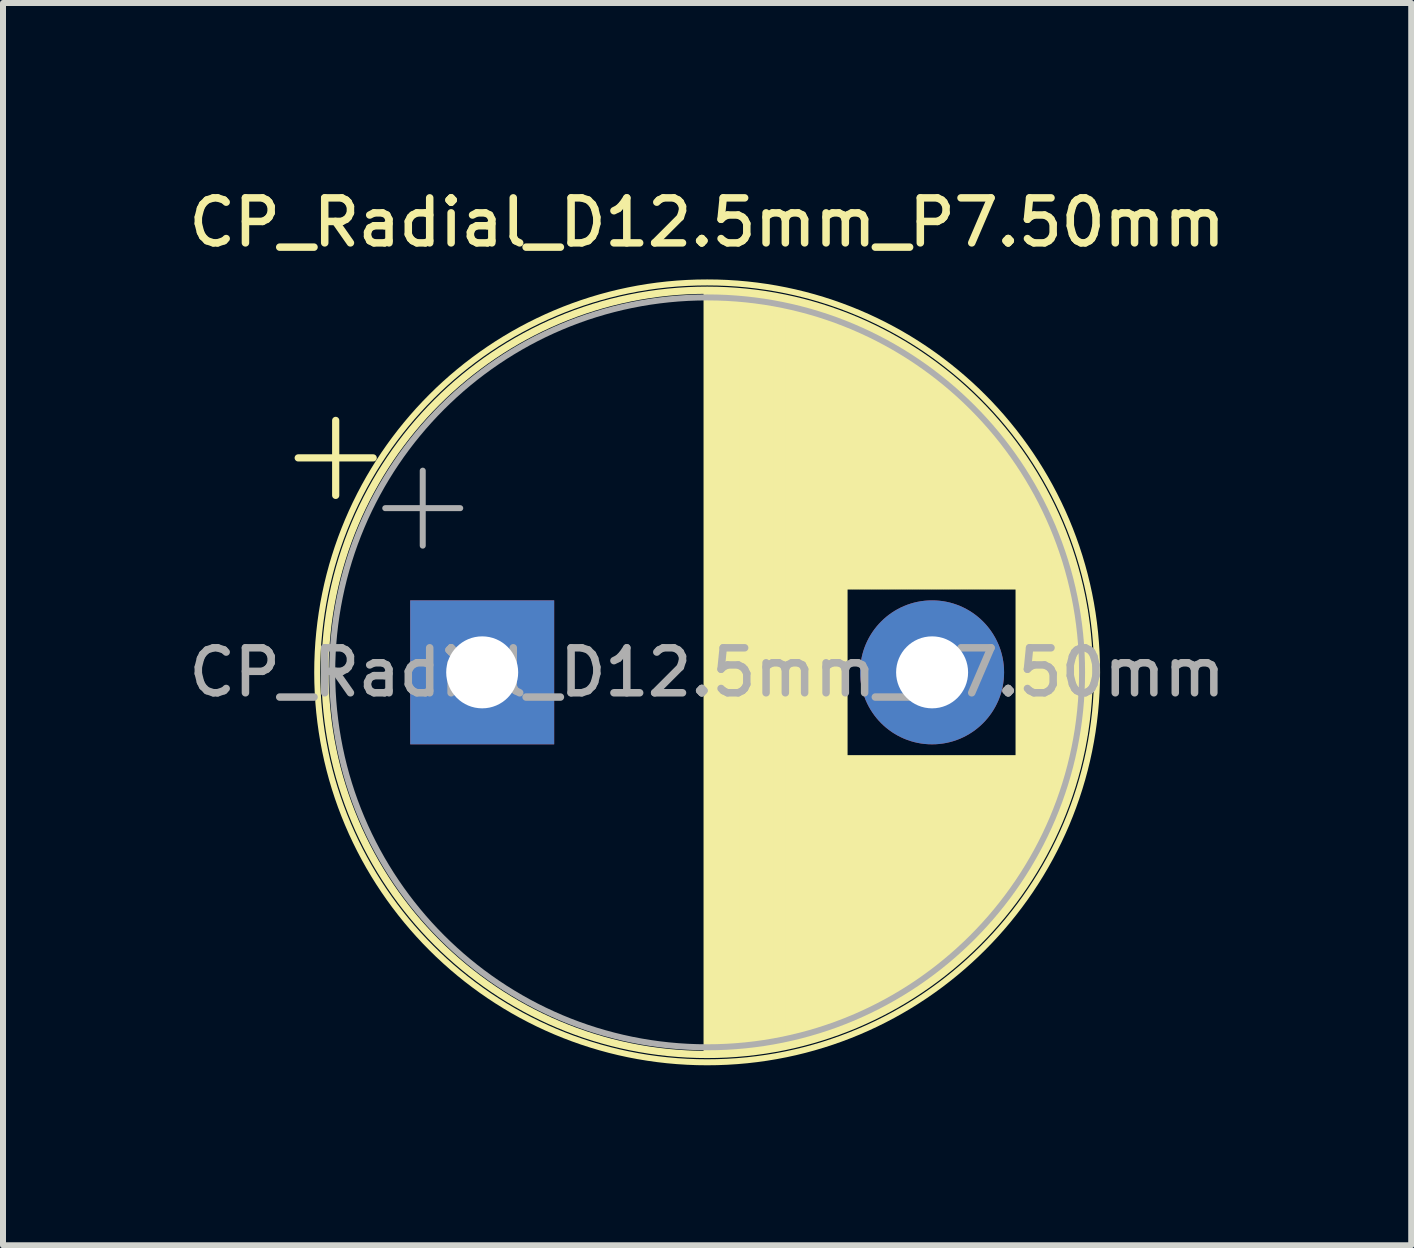
<source format=kicad_pcb>
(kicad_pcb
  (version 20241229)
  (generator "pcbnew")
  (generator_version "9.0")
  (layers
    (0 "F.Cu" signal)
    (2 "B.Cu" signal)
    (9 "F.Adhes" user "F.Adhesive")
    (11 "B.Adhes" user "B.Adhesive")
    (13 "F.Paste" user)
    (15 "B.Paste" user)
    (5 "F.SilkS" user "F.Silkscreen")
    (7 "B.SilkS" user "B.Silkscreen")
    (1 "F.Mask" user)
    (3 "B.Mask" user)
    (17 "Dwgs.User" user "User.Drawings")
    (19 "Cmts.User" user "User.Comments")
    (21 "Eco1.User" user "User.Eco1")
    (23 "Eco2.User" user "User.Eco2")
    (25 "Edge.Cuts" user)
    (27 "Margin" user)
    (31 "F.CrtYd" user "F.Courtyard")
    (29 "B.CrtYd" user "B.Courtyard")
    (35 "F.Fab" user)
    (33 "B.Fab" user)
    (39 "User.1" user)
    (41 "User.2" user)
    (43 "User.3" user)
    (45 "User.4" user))
  (footprint "CP_Radial_D12.5mm_P7.50mm"
    (layer "F.Cu")
    (at 4.988 8.158)
    (property "Reference" "CP_Radial_D12.5mm_P7.50mm" (at 3.75 -7.5 0) (layer "F.SilkS") (effects (font (size 0.75 0.75) (thickness 0.125))))
    (attr through_hole)
    (fp_line (start -3.067 -3.575) (end -1.817 -3.575) (stroke (width 0.12) (type solid)) (layer "F.SilkS"))
    (fp_line (start -2.442 -4.2) (end -2.442 -2.95) (stroke (width 0.12) (type solid)) (layer "F.SilkS"))
    (fp_line (start 3.75 -6.33) (end 3.75 6.33) (stroke (width 0.12) (type solid)) (layer "F.SilkS"))
    (fp_line (start 3.79 -6.33) (end 3.79 6.33) (stroke (width 0.12) (type solid)) (layer "F.SilkS"))
    (fp_line (start 3.83 -6.33) (end 3.83 6.33) (stroke (width 0.12) (type solid)) (layer "F.SilkS"))
    (fp_line (start 3.87 -6.329) (end 3.87 6.329) (stroke (width 0.12) (type solid)) (layer "F.SilkS"))
    (fp_line (start 3.91 -6.328) (end 3.91 6.328) (stroke (width 0.12) (type solid)) (layer "F.SilkS"))
    (fp_line (start 3.95 -6.327) (end 3.95 6.327) (stroke (width 0.12) (type solid)) (layer "F.SilkS"))
    (fp_line (start 3.99 -6.326) (end 3.99 6.326) (stroke (width 0.12) (type solid)) (layer "F.SilkS"))
    (fp_line (start 4.03 -6.324) (end 4.03 6.324) (stroke (width 0.12) (type solid)) (layer "F.SilkS"))
    (fp_line (start 4.07 -6.322) (end 4.07 6.322) (stroke (width 0.12) (type solid)) (layer "F.SilkS"))
    (fp_line (start 4.11 -6.32) (end 4.11 6.32) (stroke (width 0.12) (type solid)) (layer "F.SilkS"))
    (fp_line (start 4.15 -6.318) (end 4.15 6.318) (stroke (width 0.12) (type solid)) (layer "F.SilkS"))
    (fp_line (start 4.19 -6.315) (end 4.19 6.315) (stroke (width 0.12) (type solid)) (layer "F.SilkS"))
    (fp_line (start 4.23 -6.312) (end 4.23 6.312) (stroke (width 0.12) (type solid)) (layer "F.SilkS"))
    (fp_line (start 4.27 -6.309) (end 4.27 6.309) (stroke (width 0.12) (type solid)) (layer "F.SilkS"))
    (fp_line (start 4.31 -6.306) (end 4.31 6.306) (stroke (width 0.12) (type solid)) (layer "F.SilkS"))
    (fp_line (start 4.35 -6.302) (end 4.35 6.302) (stroke (width 0.12) (type solid)) (layer "F.SilkS"))
    (fp_line (start 4.39 -6.298) (end 4.39 6.298) (stroke (width 0.12) (type solid)) (layer "F.SilkS"))
    (fp_line (start 4.43 -6.294) (end 4.43 6.294) (stroke (width 0.12) (type solid)) (layer "F.SilkS"))
    (fp_line (start 4.471 -6.29) (end 4.471 6.29) (stroke (width 0.12) (type solid)) (layer "F.SilkS"))
    (fp_line (start 4.511 -6.285) (end 4.511 6.285) (stroke (width 0.12) (type solid)) (layer "F.SilkS"))
    (fp_line (start 4.551 -6.28) (end 4.551 6.28) (stroke (width 0.12) (type solid)) (layer "F.SilkS"))
    (fp_line (start 4.591 -6.275) (end 4.591 6.275) (stroke (width 0.12) (type solid)) (layer "F.SilkS"))
    (fp_line (start 4.631 -6.269) (end 4.631 6.269) (stroke (width 0.12) (type solid)) (layer "F.SilkS"))
    (fp_line (start 4.671 -6.264) (end 4.671 6.264) (stroke (width 0.12) (type solid)) (layer "F.SilkS"))
    (fp_line (start 4.711 -6.258) (end 4.711 6.258) (stroke (width 0.12) (type solid)) (layer "F.SilkS"))
    (fp_line (start 4.751 -6.252) (end 4.751 6.252) (stroke (width 0.12) (type solid)) (layer "F.SilkS"))
    (fp_line (start 4.791 -6.245) (end 4.791 6.245) (stroke (width 0.12) (type solid)) (layer "F.SilkS"))
    (fp_line (start 4.831 -6.238) (end 4.831 6.238) (stroke (width 0.12) (type solid)) (layer "F.SilkS"))
    (fp_line (start 4.871 -6.231) (end 4.871 6.231) (stroke (width 0.12) (type solid)) (layer "F.SilkS"))
    (fp_line (start 4.911 -6.224) (end 4.911 6.224) (stroke (width 0.12) (type solid)) (layer "F.SilkS"))
    (fp_line (start 4.951 -6.216) (end 4.951 6.216) (stroke (width 0.12) (type solid)) (layer "F.SilkS"))
    (fp_line (start 4.991 -6.209) (end 4.991 6.209) (stroke (width 0.12) (type solid)) (layer "F.SilkS"))
    (fp_line (start 5.031 -6.201) (end 5.031 6.201) (stroke (width 0.12) (type solid)) (layer "F.SilkS"))
    (fp_line (start 5.071 -6.192) (end 5.071 6.192) (stroke (width 0.12) (type solid)) (layer "F.SilkS"))
    (fp_line (start 5.111 -6.184) (end 5.111 6.184) (stroke (width 0.12) (type solid)) (layer "F.SilkS"))
    (fp_line (start 5.151 -6.175) (end 5.151 6.175) (stroke (width 0.12) (type solid)) (layer "F.SilkS"))
    (fp_line (start 5.191 -6.166) (end 5.191 6.166) (stroke (width 0.12) (type solid)) (layer "F.SilkS"))
    (fp_line (start 5.231 -6.156) (end 5.231 6.156) (stroke (width 0.12) (type solid)) (layer "F.SilkS"))
    (fp_line (start 5.271 -6.146) (end 5.271 6.146) (stroke (width 0.12) (type solid)) (layer "F.SilkS"))
    (fp_line (start 5.311 -6.137) (end 5.311 6.137) (stroke (width 0.12) (type solid)) (layer "F.SilkS"))
    (fp_line (start 5.351 -6.126) (end 5.351 6.126) (stroke (width 0.12) (type solid)) (layer "F.SilkS"))
    (fp_line (start 5.391 -6.116) (end 5.391 6.116) (stroke (width 0.12) (type solid)) (layer "F.SilkS"))
    (fp_line (start 5.431 -6.105) (end 5.431 6.105) (stroke (width 0.12) (type solid)) (layer "F.SilkS"))
    (fp_line (start 5.471 -6.094) (end 5.471 6.094) (stroke (width 0.12) (type solid)) (layer "F.SilkS"))
    (fp_line (start 5.511 -6.083) (end 5.511 6.083) (stroke (width 0.12) (type solid)) (layer "F.SilkS"))
    (fp_line (start 5.551 -6.071) (end 5.551 6.071) (stroke (width 0.12) (type solid)) (layer "F.SilkS"))
    (fp_line (start 5.591 -6.059) (end 5.591 6.059) (stroke (width 0.12) (type solid)) (layer "F.SilkS"))
    (fp_line (start 5.631 -6.047) (end 5.631 6.047) (stroke (width 0.12) (type solid)) (layer "F.SilkS"))
    (fp_line (start 5.671 -6.034) (end 5.671 6.034) (stroke (width 0.12) (type solid)) (layer "F.SilkS"))
    (fp_line (start 5.711 -6.021) (end 5.711 6.021) (stroke (width 0.12) (type solid)) (layer "F.SilkS"))
    (fp_line (start 5.751 -6.008) (end 5.751 6.008) (stroke (width 0.12) (type solid)) (layer "F.SilkS"))
    (fp_line (start 5.791 -5.995) (end 5.791 5.995) (stroke (width 0.12) (type solid)) (layer "F.SilkS"))
    (fp_line (start 5.831 -5.981) (end 5.831 5.981) (stroke (width 0.12) (type solid)) (layer "F.SilkS"))
    (fp_line (start 5.871 -5.967) (end 5.871 5.967) (stroke (width 0.12) (type solid)) (layer "F.SilkS"))
    (fp_line (start 5.911 -5.953) (end 5.911 5.953) (stroke (width 0.12) (type solid)) (layer "F.SilkS"))
    (fp_line (start 5.951 -5.939) (end 5.951 5.939) (stroke (width 0.12) (type solid)) (layer "F.SilkS"))
    (fp_line (start 5.991 -5.924) (end 5.991 5.924) (stroke (width 0.12) (type solid)) (layer "F.SilkS"))
    (fp_line (start 6.031 -5.908) (end 6.031 5.908) (stroke (width 0.12) (type solid)) (layer "F.SilkS"))
    (fp_line (start 6.071 -5.893) (end 6.071 -1.44) (stroke (width 0.12) (type solid)) (layer "F.SilkS"))
    (fp_line (start 6.071 1.44) (end 6.071 5.893) (stroke (width 0.12) (type solid)) (layer "F.SilkS"))
    (fp_line (start 6.111 -5.877) (end 6.111 -1.44) (stroke (width 0.12) (type solid)) (layer "F.SilkS"))
    (fp_line (start 6.111 1.44) (end 6.111 5.877) (stroke (width 0.12) (type solid)) (layer "F.SilkS"))
    (fp_line (start 6.151 -5.861) (end 6.151 -1.44) (stroke (width 0.12) (type solid)) (layer "F.SilkS"))
    (fp_line (start 6.151 1.44) (end 6.151 5.861) (stroke (width 0.12) (type solid)) (layer "F.SilkS"))
    (fp_line (start 6.191 -5.845) (end 6.191 -1.44) (stroke (width 0.12) (type solid)) (layer "F.SilkS"))
    (fp_line (start 6.191 1.44) (end 6.191 5.845) (stroke (width 0.12) (type solid)) (layer "F.SilkS"))
    (fp_line (start 6.231 -5.828) (end 6.231 -1.44) (stroke (width 0.12) (type solid)) (layer "F.SilkS"))
    (fp_line (start 6.231 1.44) (end 6.231 5.828) (stroke (width 0.12) (type solid)) (layer "F.SilkS"))
    (fp_line (start 6.271 -5.811) (end 6.271 -1.44) (stroke (width 0.12) (type solid)) (layer "F.SilkS"))
    (fp_line (start 6.271 1.44) (end 6.271 5.811) (stroke (width 0.12) (type solid)) (layer "F.SilkS"))
    (fp_line (start 6.311 -5.793) (end 6.311 -1.44) (stroke (width 0.12) (type solid)) (layer "F.SilkS"))
    (fp_line (start 6.311 1.44) (end 6.311 5.793) (stroke (width 0.12) (type solid)) (layer "F.SilkS"))
    (fp_line (start 6.351 -5.776) (end 6.351 -1.44) (stroke (width 0.12) (type solid)) (layer "F.SilkS"))
    (fp_line (start 6.351 1.44) (end 6.351 5.776) (stroke (width 0.12) (type solid)) (layer "F.SilkS"))
    (fp_line (start 6.391 -5.758) (end 6.391 -1.44) (stroke (width 0.12) (type solid)) (layer "F.SilkS"))
    (fp_line (start 6.391 1.44) (end 6.391 5.758) (stroke (width 0.12) (type solid)) (layer "F.SilkS"))
    (fp_line (start 6.431 -5.739) (end 6.431 -1.44) (stroke (width 0.12) (type solid)) (layer "F.SilkS"))
    (fp_line (start 6.431 1.44) (end 6.431 5.739) (stroke (width 0.12) (type solid)) (layer "F.SilkS"))
    (fp_line (start 6.471 -5.721) (end 6.471 -1.44) (stroke (width 0.12) (type solid)) (layer "F.SilkS"))
    (fp_line (start 6.471 1.44) (end 6.471 5.721) (stroke (width 0.12) (type solid)) (layer "F.SilkS"))
    (fp_line (start 6.511 -5.702) (end 6.511 -1.44) (stroke (width 0.12) (type solid)) (layer "F.SilkS"))
    (fp_line (start 6.511 1.44) (end 6.511 5.702) (stroke (width 0.12) (type solid)) (layer "F.SilkS"))
    (fp_line (start 6.551 -5.682) (end 6.551 -1.44) (stroke (width 0.12) (type solid)) (layer "F.SilkS"))
    (fp_line (start 6.551 1.44) (end 6.551 5.682) (stroke (width 0.12) (type solid)) (layer "F.SilkS"))
    (fp_line (start 6.591 -5.662) (end 6.591 -1.44) (stroke (width 0.12) (type solid)) (layer "F.SilkS"))
    (fp_line (start 6.591 1.44) (end 6.591 5.662) (stroke (width 0.12) (type solid)) (layer "F.SilkS"))
    (fp_line (start 6.631 -5.642) (end 6.631 -1.44) (stroke (width 0.12) (type solid)) (layer "F.SilkS"))
    (fp_line (start 6.631 1.44) (end 6.631 5.642) (stroke (width 0.12) (type solid)) (layer "F.SilkS"))
    (fp_line (start 6.671 -5.622) (end 6.671 -1.44) (stroke (width 0.12) (type solid)) (layer "F.SilkS"))
    (fp_line (start 6.671 1.44) (end 6.671 5.622) (stroke (width 0.12) (type solid)) (layer "F.SilkS"))
    (fp_line (start 6.711 -5.601) (end 6.711 -1.44) (stroke (width 0.12) (type solid)) (layer "F.SilkS"))
    (fp_line (start 6.711 1.44) (end 6.711 5.601) (stroke (width 0.12) (type solid)) (layer "F.SilkS"))
    (fp_line (start 6.751 -5.58) (end 6.751 -1.44) (stroke (width 0.12) (type solid)) (layer "F.SilkS"))
    (fp_line (start 6.751 1.44) (end 6.751 5.58) (stroke (width 0.12) (type solid)) (layer "F.SilkS"))
    (fp_line (start 6.791 -5.558) (end 6.791 -1.44) (stroke (width 0.12) (type solid)) (layer "F.SilkS"))
    (fp_line (start 6.791 1.44) (end 6.791 5.558) (stroke (width 0.12) (type solid)) (layer "F.SilkS"))
    (fp_line (start 6.831 -5.536) (end 6.831 -1.44) (stroke (width 0.12) (type solid)) (layer "F.SilkS"))
    (fp_line (start 6.831 1.44) (end 6.831 5.536) (stroke (width 0.12) (type solid)) (layer "F.SilkS"))
    (fp_line (start 6.871 -5.514) (end 6.871 -1.44) (stroke (width 0.12) (type solid)) (layer "F.SilkS"))
    (fp_line (start 6.871 1.44) (end 6.871 5.514) (stroke (width 0.12) (type solid)) (layer "F.SilkS"))
    (fp_line (start 6.911 -5.491) (end 6.911 -1.44) (stroke (width 0.12) (type solid)) (layer "F.SilkS"))
    (fp_line (start 6.911 1.44) (end 6.911 5.491) (stroke (width 0.12) (type solid)) (layer "F.SilkS"))
    (fp_line (start 6.951 -5.468) (end 6.951 -1.44) (stroke (width 0.12) (type solid)) (layer "F.SilkS"))
    (fp_line (start 6.951 1.44) (end 6.951 5.468) (stroke (width 0.12) (type solid)) (layer "F.SilkS"))
    (fp_line (start 6.991 -5.445) (end 6.991 -1.44) (stroke (width 0.12) (type solid)) (layer "F.SilkS"))
    (fp_line (start 6.991 1.44) (end 6.991 5.445) (stroke (width 0.12) (type solid)) (layer "F.SilkS"))
    (fp_line (start 7.031 -5.421) (end 7.031 -1.44) (stroke (width 0.12) (type solid)) (layer "F.SilkS"))
    (fp_line (start 7.031 1.44) (end 7.031 5.421) (stroke (width 0.12) (type solid)) (layer "F.SilkS"))
    (fp_line (start 7.071 -5.397) (end 7.071 -1.44) (stroke (width 0.12) (type solid)) (layer "F.SilkS"))
    (fp_line (start 7.071 1.44) (end 7.071 5.397) (stroke (width 0.12) (type solid)) (layer "F.SilkS"))
    (fp_line (start 7.111 -5.372) (end 7.111 -1.44) (stroke (width 0.12) (type solid)) (layer "F.SilkS"))
    (fp_line (start 7.111 1.44) (end 7.111 5.372) (stroke (width 0.12) (type solid)) (layer "F.SilkS"))
    (fp_line (start 7.151 -5.347) (end 7.151 -1.44) (stroke (width 0.12) (type solid)) (layer "F.SilkS"))
    (fp_line (start 7.151 1.44) (end 7.151 5.347) (stroke (width 0.12) (type solid)) (layer "F.SilkS"))
    (fp_line (start 7.191 -5.322) (end 7.191 -1.44) (stroke (width 0.12) (type solid)) (layer "F.SilkS"))
    (fp_line (start 7.191 1.44) (end 7.191 5.322) (stroke (width 0.12) (type solid)) (layer "F.SilkS"))
    (fp_line (start 7.231 -5.296) (end 7.231 -1.44) (stroke (width 0.12) (type solid)) (layer "F.SilkS"))
    (fp_line (start 7.231 1.44) (end 7.231 5.296) (stroke (width 0.12) (type solid)) (layer "F.SilkS"))
    (fp_line (start 7.271 -5.27) (end 7.271 -1.44) (stroke (width 0.12) (type solid)) (layer "F.SilkS"))
    (fp_line (start 7.271 1.44) (end 7.271 5.27) (stroke (width 0.12) (type solid)) (layer "F.SilkS"))
    (fp_line (start 7.311 -5.243) (end 7.311 -1.44) (stroke (width 0.12) (type solid)) (layer "F.SilkS"))
    (fp_line (start 7.311 1.44) (end 7.311 5.243) (stroke (width 0.12) (type solid)) (layer "F.SilkS"))
    (fp_line (start 7.351 -5.216) (end 7.351 -1.44) (stroke (width 0.12) (type solid)) (layer "F.SilkS"))
    (fp_line (start 7.351 1.44) (end 7.351 5.216) (stroke (width 0.12) (type solid)) (layer "F.SilkS"))
    (fp_line (start 7.391 -5.188) (end 7.391 -1.44) (stroke (width 0.12) (type solid)) (layer "F.SilkS"))
    (fp_line (start 7.391 1.44) (end 7.391 5.188) (stroke (width 0.12) (type solid)) (layer "F.SilkS"))
    (fp_line (start 7.431 -5.16) (end 7.431 -1.44) (stroke (width 0.12) (type solid)) (layer "F.SilkS"))
    (fp_line (start 7.431 1.44) (end 7.431 5.16) (stroke (width 0.12) (type solid)) (layer "F.SilkS"))
    (fp_line (start 7.471 -5.131) (end 7.471 -1.44) (stroke (width 0.12) (type solid)) (layer "F.SilkS"))
    (fp_line (start 7.471 1.44) (end 7.471 5.131) (stroke (width 0.12) (type solid)) (layer "F.SilkS"))
    (fp_line (start 7.511 -5.102) (end 7.511 -1.44) (stroke (width 0.12) (type solid)) (layer "F.SilkS"))
    (fp_line (start 7.511 1.44) (end 7.511 5.102) (stroke (width 0.12) (type solid)) (layer "F.SilkS"))
    (fp_line (start 7.551 -5.073) (end 7.551 -1.44) (stroke (width 0.12) (type solid)) (layer "F.SilkS"))
    (fp_line (start 7.551 1.44) (end 7.551 5.073) (stroke (width 0.12) (type solid)) (layer "F.SilkS"))
    (fp_line (start 7.591 -5.043) (end 7.591 -1.44) (stroke (width 0.12) (type solid)) (layer "F.SilkS"))
    (fp_line (start 7.591 1.44) (end 7.591 5.043) (stroke (width 0.12) (type solid)) (layer "F.SilkS"))
    (fp_line (start 7.631 -5.012) (end 7.631 -1.44) (stroke (width 0.12) (type solid)) (layer "F.SilkS"))
    (fp_line (start 7.631 1.44) (end 7.631 5.012) (stroke (width 0.12) (type solid)) (layer "F.SilkS"))
    (fp_line (start 7.671 -4.982) (end 7.671 -1.44) (stroke (width 0.12) (type solid)) (layer "F.SilkS"))
    (fp_line (start 7.671 1.44) (end 7.671 4.982) (stroke (width 0.12) (type solid)) (layer "F.SilkS"))
    (fp_line (start 7.711 -4.95) (end 7.711 -1.44) (stroke (width 0.12) (type solid)) (layer "F.SilkS"))
    (fp_line (start 7.711 1.44) (end 7.711 4.95) (stroke (width 0.12) (type solid)) (layer "F.SilkS"))
    (fp_line (start 7.751 -4.918) (end 7.751 -1.44) (stroke (width 0.12) (type solid)) (layer "F.SilkS"))
    (fp_line (start 7.751 1.44) (end 7.751 4.918) (stroke (width 0.12) (type solid)) (layer "F.SilkS"))
    (fp_line (start 7.791 -4.885) (end 7.791 -1.44) (stroke (width 0.12) (type solid)) (layer "F.SilkS"))
    (fp_line (start 7.791 1.44) (end 7.791 4.885) (stroke (width 0.12) (type solid)) (layer "F.SilkS"))
    (fp_line (start 7.831 -4.852) (end 7.831 -1.44) (stroke (width 0.12) (type solid)) (layer "F.SilkS"))
    (fp_line (start 7.831 1.44) (end 7.831 4.852) (stroke (width 0.12) (type solid)) (layer "F.SilkS"))
    (fp_line (start 7.871 -4.819) (end 7.871 -1.44) (stroke (width 0.12) (type solid)) (layer "F.SilkS"))
    (fp_line (start 7.871 1.44) (end 7.871 4.819) (stroke (width 0.12) (type solid)) (layer "F.SilkS"))
    (fp_line (start 7.911 -4.785) (end 7.911 -1.44) (stroke (width 0.12) (type solid)) (layer "F.SilkS"))
    (fp_line (start 7.911 1.44) (end 7.911 4.785) (stroke (width 0.12) (type solid)) (layer "F.SilkS"))
    (fp_line (start 7.951 -4.75) (end 7.951 -1.44) (stroke (width 0.12) (type solid)) (layer "F.SilkS"))
    (fp_line (start 7.951 1.44) (end 7.951 4.75) (stroke (width 0.12) (type solid)) (layer "F.SilkS"))
    (fp_line (start 7.991 -4.714) (end 7.991 -1.44) (stroke (width 0.12) (type solid)) (layer "F.SilkS"))
    (fp_line (start 7.991 1.44) (end 7.991 4.714) (stroke (width 0.12) (type solid)) (layer "F.SilkS"))
    (fp_line (start 8.031 -4.678) (end 8.031 -1.44) (stroke (width 0.12) (type solid)) (layer "F.SilkS"))
    (fp_line (start 8.031 1.44) (end 8.031 4.678) (stroke (width 0.12) (type solid)) (layer "F.SilkS"))
    (fp_line (start 8.071 -4.642) (end 8.071 -1.44) (stroke (width 0.12) (type solid)) (layer "F.SilkS"))
    (fp_line (start 8.071 1.44) (end 8.071 4.642) (stroke (width 0.12) (type solid)) (layer "F.SilkS"))
    (fp_line (start 8.111 -4.605) (end 8.111 -1.44) (stroke (width 0.12) (type solid)) (layer "F.SilkS"))
    (fp_line (start 8.111 1.44) (end 8.111 4.605) (stroke (width 0.12) (type solid)) (layer "F.SilkS"))
    (fp_line (start 8.151 -4.567) (end 8.151 -1.44) (stroke (width 0.12) (type solid)) (layer "F.SilkS"))
    (fp_line (start 8.151 1.44) (end 8.151 4.567) (stroke (width 0.12) (type solid)) (layer "F.SilkS"))
    (fp_line (start 8.191 -4.528) (end 8.191 -1.44) (stroke (width 0.12) (type solid)) (layer "F.SilkS"))
    (fp_line (start 8.191 1.44) (end 8.191 4.528) (stroke (width 0.12) (type solid)) (layer "F.SilkS"))
    (fp_line (start 8.231 -4.489) (end 8.231 -1.44) (stroke (width 0.12) (type solid)) (layer "F.SilkS"))
    (fp_line (start 8.231 1.44) (end 8.231 4.489) (stroke (width 0.12) (type solid)) (layer "F.SilkS"))
    (fp_line (start 8.271 -4.449) (end 8.271 -1.44) (stroke (width 0.12) (type solid)) (layer "F.SilkS"))
    (fp_line (start 8.271 1.44) (end 8.271 4.449) (stroke (width 0.12) (type solid)) (layer "F.SilkS"))
    (fp_line (start 8.311 -4.408) (end 8.311 -1.44) (stroke (width 0.12) (type solid)) (layer "F.SilkS"))
    (fp_line (start 8.311 1.44) (end 8.311 4.408) (stroke (width 0.12) (type solid)) (layer "F.SilkS"))
    (fp_line (start 8.351 -4.367) (end 8.351 -1.44) (stroke (width 0.12) (type solid)) (layer "F.SilkS"))
    (fp_line (start 8.351 1.44) (end 8.351 4.367) (stroke (width 0.12) (type solid)) (layer "F.SilkS"))
    (fp_line (start 8.391 -4.325) (end 8.391 -1.44) (stroke (width 0.12) (type solid)) (layer "F.SilkS"))
    (fp_line (start 8.391 1.44) (end 8.391 4.325) (stroke (width 0.12) (type solid)) (layer "F.SilkS"))
    (fp_line (start 8.431 -4.282) (end 8.431 -1.44) (stroke (width 0.12) (type solid)) (layer "F.SilkS"))
    (fp_line (start 8.431 1.44) (end 8.431 4.282) (stroke (width 0.12) (type solid)) (layer "F.SilkS"))
    (fp_line (start 8.471 -4.238) (end 8.471 -1.44) (stroke (width 0.12) (type solid)) (layer "F.SilkS"))
    (fp_line (start 8.471 1.44) (end 8.471 4.238) (stroke (width 0.12) (type solid)) (layer "F.SilkS"))
    (fp_line (start 8.511 -4.194) (end 8.511 -1.44) (stroke (width 0.12) (type solid)) (layer "F.SilkS"))
    (fp_line (start 8.511 1.44) (end 8.511 4.194) (stroke (width 0.12) (type solid)) (layer "F.SilkS"))
    (fp_line (start 8.551 -4.148) (end 8.551 -1.44) (stroke (width 0.12) (type solid)) (layer "F.SilkS"))
    (fp_line (start 8.551 1.44) (end 8.551 4.148) (stroke (width 0.12) (type solid)) (layer "F.SilkS"))
    (fp_line (start 8.591 -4.102) (end 8.591 -1.44) (stroke (width 0.12) (type solid)) (layer "F.SilkS"))
    (fp_line (start 8.591 1.44) (end 8.591 4.102) (stroke (width 0.12) (type solid)) (layer "F.SilkS"))
    (fp_line (start 8.631 -4.055) (end 8.631 -1.44) (stroke (width 0.12) (type solid)) (layer "F.SilkS"))
    (fp_line (start 8.631 1.44) (end 8.631 4.055) (stroke (width 0.12) (type solid)) (layer "F.SilkS"))
    (fp_line (start 8.671 -4.007) (end 8.671 -1.44) (stroke (width 0.12) (type solid)) (layer "F.SilkS"))
    (fp_line (start 8.671 1.44) (end 8.671 4.007) (stroke (width 0.12) (type solid)) (layer "F.SilkS"))
    (fp_line (start 8.711 -3.957) (end 8.711 -1.44) (stroke (width 0.12) (type solid)) (layer "F.SilkS"))
    (fp_line (start 8.711 1.44) (end 8.711 3.957) (stroke (width 0.12) (type solid)) (layer "F.SilkS"))
    (fp_line (start 8.751 -3.907) (end 8.751 -1.44) (stroke (width 0.12) (type solid)) (layer "F.SilkS"))
    (fp_line (start 8.751 1.44) (end 8.751 3.907) (stroke (width 0.12) (type solid)) (layer "F.SilkS"))
    (fp_line (start 8.791 -3.856) (end 8.791 -1.44) (stroke (width 0.12) (type solid)) (layer "F.SilkS"))
    (fp_line (start 8.791 1.44) (end 8.791 3.856) (stroke (width 0.12) (type solid)) (layer "F.SilkS"))
    (fp_line (start 8.831 -3.804) (end 8.831 -1.44) (stroke (width 0.12) (type solid)) (layer "F.SilkS"))
    (fp_line (start 8.831 1.44) (end 8.831 3.804) (stroke (width 0.12) (type solid)) (layer "F.SilkS"))
    (fp_line (start 8.871 -3.75) (end 8.871 -1.44) (stroke (width 0.12) (type solid)) (layer "F.SilkS"))
    (fp_line (start 8.871 1.44) (end 8.871 3.75) (stroke (width 0.12) (type solid)) (layer "F.SilkS"))
    (fp_line (start 8.911 -3.696) (end 8.911 -1.44) (stroke (width 0.12) (type solid)) (layer "F.SilkS"))
    (fp_line (start 8.911 1.44) (end 8.911 3.696) (stroke (width 0.12) (type solid)) (layer "F.SilkS"))
    (fp_line (start 8.951 -3.64) (end 8.951 3.64) (stroke (width 0.12) (type solid)) (layer "F.SilkS"))
    (fp_line (start 8.991 -3.583) (end 8.991 3.583) (stroke (width 0.12) (type solid)) (layer "F.SilkS"))
    (fp_line (start 9.031 -3.524) (end 9.031 3.524) (stroke (width 0.12) (type solid)) (layer "F.SilkS"))
    (fp_line (start 9.071 -3.464) (end 9.071 3.464) (stroke (width 0.12) (type solid)) (layer "F.SilkS"))
    (fp_line (start 9.111 -3.402) (end 9.111 3.402) (stroke (width 0.12) (type solid)) (layer "F.SilkS"))
    (fp_line (start 9.151 -3.339) (end 9.151 3.339) (stroke (width 0.12) (type solid)) (layer "F.SilkS"))
    (fp_line (start 9.191 -3.275) (end 9.191 3.275) (stroke (width 0.12) (type solid)) (layer "F.SilkS"))
    (fp_line (start 9.231 -3.208) (end 9.231 3.208) (stroke (width 0.12) (type solid)) (layer "F.SilkS"))
    (fp_line (start 9.271 -3.14) (end 9.271 3.14) (stroke (width 0.12) (type solid)) (layer "F.SilkS"))
    (fp_line (start 9.311 -3.069) (end 9.311 3.069) (stroke (width 0.12) (type solid)) (layer "F.SilkS"))
    (fp_line (start 9.351 -2.996) (end 9.351 2.996) (stroke (width 0.12) (type solid)) (layer "F.SilkS"))
    (fp_line (start 9.391 -2.921) (end 9.391 2.921) (stroke (width 0.12) (type solid)) (layer "F.SilkS"))
    (fp_line (start 9.431 -2.844) (end 9.431 2.844) (stroke (width 0.12) (type solid)) (layer "F.SilkS"))
    (fp_line (start 9.471 -2.764) (end 9.471 2.764) (stroke (width 0.12) (type solid)) (layer "F.SilkS"))
    (fp_line (start 9.511 -2.681) (end 9.511 2.681) (stroke (width 0.12) (type solid)) (layer "F.SilkS"))
    (fp_line (start 9.551 -2.594) (end 9.551 2.594) (stroke (width 0.12) (type solid)) (layer "F.SilkS"))
    (fp_line (start 9.591 -2.504) (end 9.591 2.504) (stroke (width 0.12) (type solid)) (layer "F.SilkS"))
    (fp_line (start 9.631 -2.41) (end 9.631 2.41) (stroke (width 0.12) (type solid)) (layer "F.SilkS"))
    (fp_line (start 9.671 -2.312) (end 9.671 2.312) (stroke (width 0.12) (type solid)) (layer "F.SilkS"))
    (fp_line (start 9.711 -2.209) (end 9.711 2.209) (stroke (width 0.12) (type solid)) (layer "F.SilkS"))
    (fp_line (start 9.751 -2.1) (end 9.751 2.1) (stroke (width 0.12) (type solid)) (layer "F.SilkS"))
    (fp_line (start 9.791 -1.984) (end 9.791 1.984) (stroke (width 0.12) (type solid)) (layer "F.SilkS"))
    (fp_line (start 9.831 -1.861) (end 9.831 1.861) (stroke (width 0.12) (type solid)) (layer "F.SilkS"))
    (fp_line (start 9.871 -1.728) (end 9.871 1.728) (stroke (width 0.12) (type solid)) (layer "F.SilkS"))
    (fp_line (start 9.911 -1.583) (end 9.911 1.583) (stroke (width 0.12) (type solid)) (layer "F.SilkS"))
    (fp_line (start 9.951 -1.422) (end 9.951 1.422) (stroke (width 0.12) (type solid)) (layer "F.SilkS"))
    (fp_line (start 9.991 -1.241) (end 9.991 1.241) (stroke (width 0.12) (type solid)) (layer "F.SilkS"))
    (fp_line (start 10.031 -1.028) (end 10.031 1.028) (stroke (width 0.12) (type solid)) (layer "F.SilkS"))
    (fp_line (start 10.071 -0.757) (end 10.071 0.757) (stroke (width 0.12) (type solid)) (layer "F.SilkS"))
    (fp_line (start 10.111 -0.317) (end 10.111 0.317) (stroke (width 0.12) (type solid)) (layer "F.SilkS"))
    (fp_circle (center 3.75 0) (end 10.12 0) (stroke (width 0.12) (type solid)) (fill no) (layer "F.SilkS"))
    (fp_circle (center 3.75 0) (end 10.25 0) (stroke (width 0.1) (type solid)) (fill no) (layer "F.SilkS"))
    (fp_line (start -1.616 -2.737) (end -0.366 -2.737) (stroke (width 0.1) (type solid)) (layer "F.Fab"))
    (fp_line (start -0.991 -3.362) (end -0.991 -2.112) (stroke (width 0.1) (type solid)) (layer "F.Fab"))
    (fp_circle (center 3.75 0) (end 10 0) (stroke (width 0.1) (type solid)) (fill no) (layer "F.Fab"))
    (fp_text user "${REFERENCE}" (at 3.75 0 0) (layer "F.Fab") (effects (font (size 0.75 0.75) (thickness 0.125))))
    (pad "1" thru_hole rect (at 0 0) (size 2.4 2.4) (drill 1.2) (layers "*.Cu" "*.Mask"))
    (pad "2" thru_hole circle (at 7.5 0) (size 2.4 2.4) (drill 1.2) (layers "*.Cu" "*.Mask")))
  (gr_rect
    (start -3 -3)
    (end 20.475 17.708)
    (stroke (width 0.1) (type default))
    (fill no)
    (layer "Edge.Cuts")))
</source>
